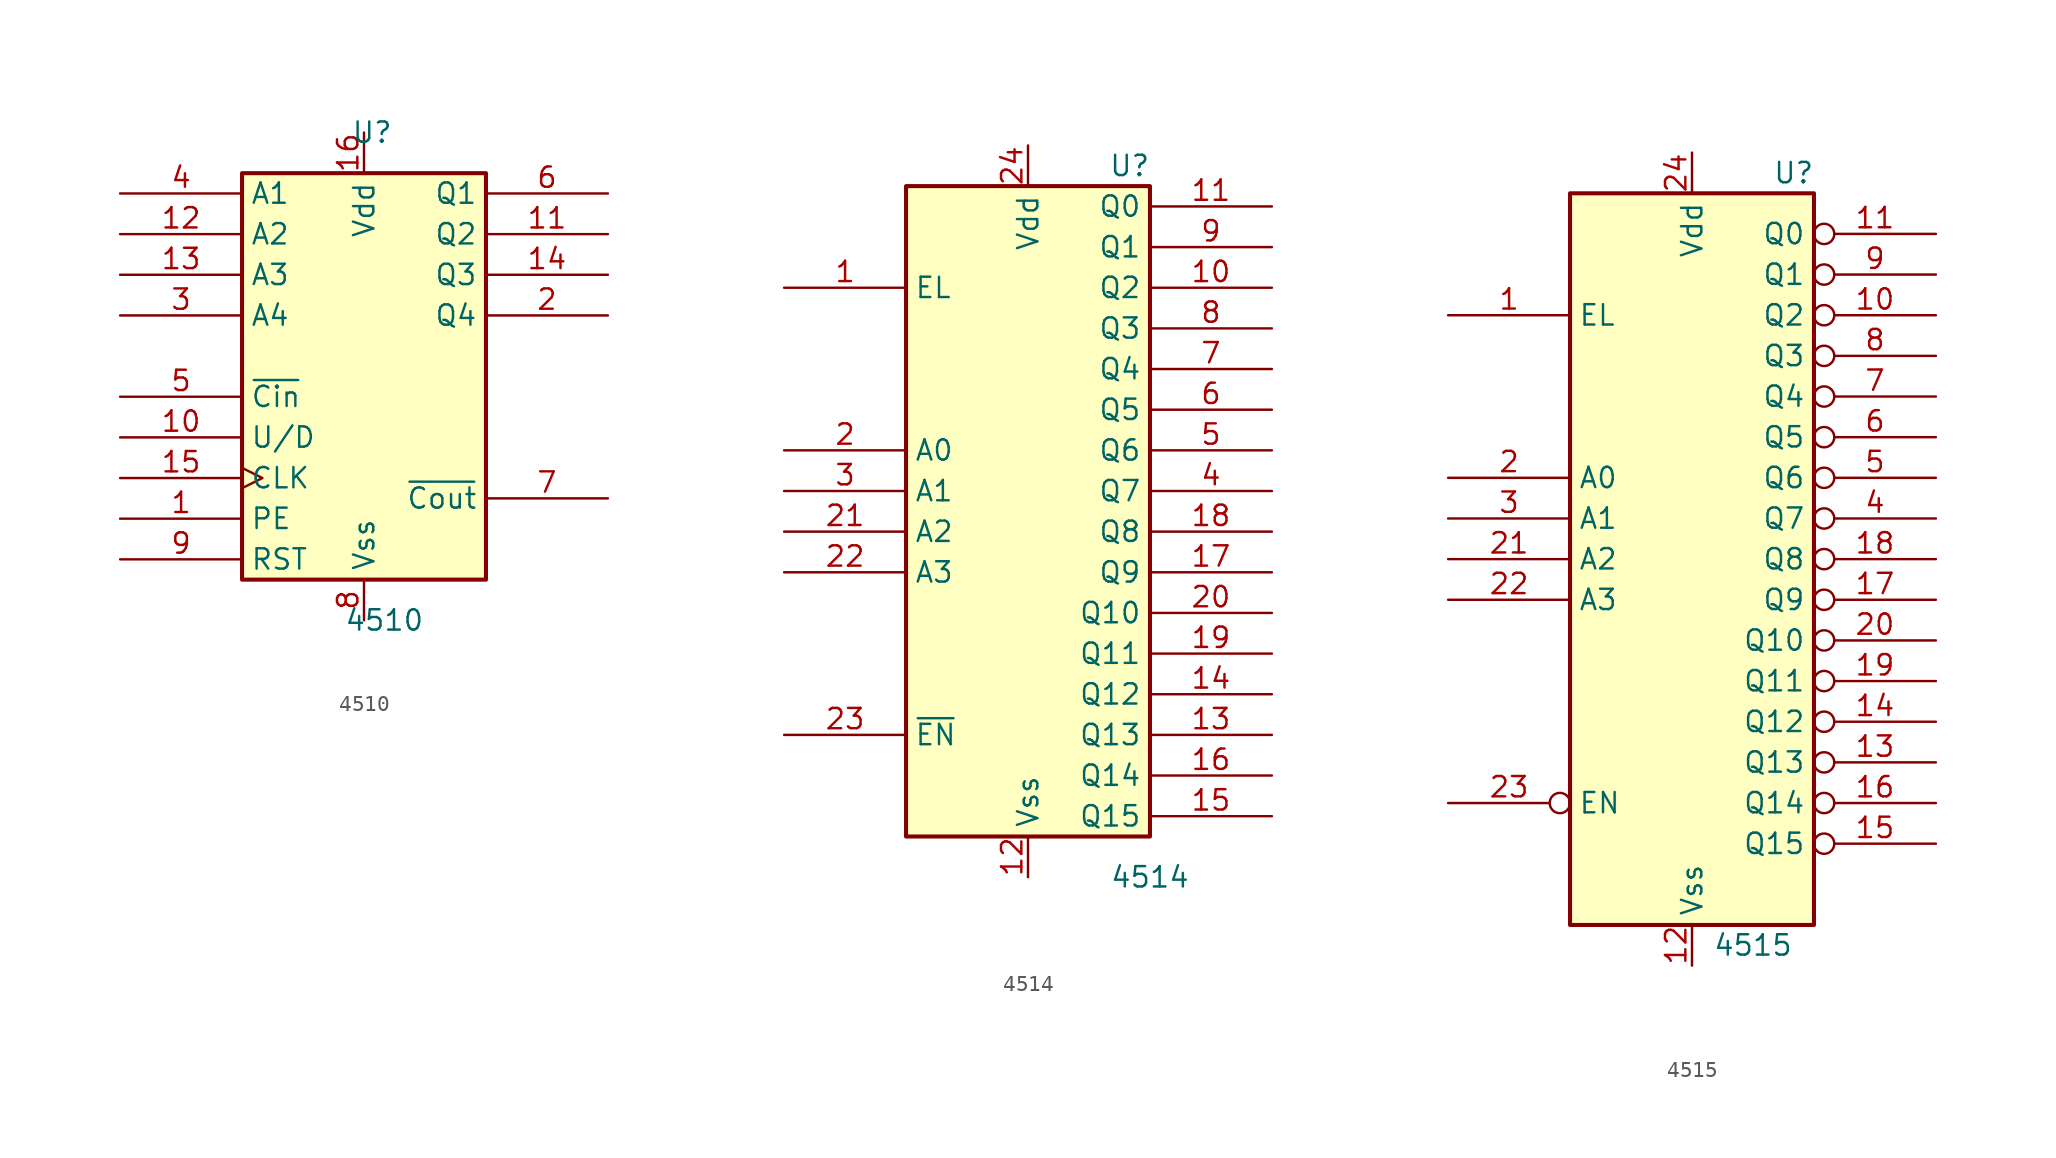
<source format=kicad_sym>
(kicad_symbol_lib
  (version 20231120)
  (generator "kicad_symbol_editor")
  (generator_version "8.0")
  (symbol "4510"
    (property "Reference" "U"
      (at 0.508 15.24 0)
      (effects (font (size 1.27 1.27))))
    (property "Value" "4510"
      (at 1.27 -15.24 0)
      (effects (font (size 1.27 1.27))))
    (symbol "4510_0_1"
      (rectangle (start -7.62 12.7) (end 7.62 -12.7) (stroke (width 0.254) (type default)) (fill (type background))))
    (symbol "4510_1_1"
      (pin input line (at -15.24 -8.89 0) (length 7.62) (name "PE" (effects (font (size 1.27 1.27)))) (number "1" (effects (font (size 1.27 1.27)))))
      (pin input line (at -15.24 -3.81 0) (length 7.62) (name "U/D" (effects (font (size 1.27 1.27)))) (number "10" (effects (font (size 1.27 1.27)))))
      (pin output line (at 15.24 8.89 180) (length 7.62) (name "Q2" (effects (font (size 1.27 1.27)))) (number "11" (effects (font (size 1.27 1.27)))))
      (pin input line (at -15.24 8.89 0) (length 7.62) (name "A2" (effects (font (size 1.27 1.27)))) (number "12" (effects (font (size 1.27 1.27)))))
      (pin input line (at -15.24 6.35 0) (length 7.62) (name "A3" (effects (font (size 1.27 1.27)))) (number "13" (effects (font (size 1.27 1.27)))))
      (pin output line (at 15.24 6.35 180) (length 7.62) (name "Q3" (effects (font (size 1.27 1.27)))) (number "14" (effects (font (size 1.27 1.27)))))
      (pin input clock (at -15.24 -6.35 0) (length 7.62) (name "CLK" (effects (font (size 1.27 1.27)))) (number "15" (effects (font (size 1.27 1.27)))))
      (pin power_in line (at 0 15.24 270) (length 2.54) (name "Vdd" (effects (font (size 1.27 1.27)))) (number "16" (effects (font (size 1.27 1.27)))))
      (pin output line (at 15.24 3.81 180) (length 7.62) (name "Q4" (effects (font (size 1.27 1.27)))) (number "2" (effects (font (size 1.27 1.27)))))
      (pin input line (at -15.24 3.81 0) (length 7.62) (name "A4" (effects (font (size 1.27 1.27)))) (number "3" (effects (font (size 1.27 1.27)))))
      (pin input line (at -15.24 11.43 0) (length 7.62) (name "A1" (effects (font (size 1.27 1.27)))) (number "4" (effects (font (size 1.27 1.27)))))
      (pin input line (at -15.24 -1.27 0) (length 7.62) (name "~{Cin}" (effects (font (size 1.27 1.27)))) (number "5" (effects (font (size 1.27 1.27)))))
      (pin output line (at 15.24 11.43 180) (length 7.62) (name "Q1" (effects (font (size 1.27 1.27)))) (number "6" (effects (font (size 1.27 1.27)))))
      (pin output line (at 15.24 -7.62 180) (length 7.62) (name "~{Cout}" (effects (font (size 1.27 1.27)))) (number "7" (effects (font (size 1.27 1.27)))))
      (pin power_in line (at 0 -15.24 90) (length 2.54) (name "Vss" (effects (font (size 1.27 1.27)))) (number "8" (effects (font (size 1.27 1.27)))))
      (pin input line (at -15.24 -11.43 0) (length 7.62) (name "RST" (effects (font (size 1.27 1.27)))) (number "9" (effects (font (size 1.27 1.27)))))))
  (symbol "4514"
    (property "Reference" "U"
      (at 6.35 21.59 0)
      (effects (font (size 1.27 1.27))))
    (property "Value" "4514"
      (at 7.62 -22.86 0)
      (effects (font (size 1.27 1.27))))
    (symbol "4514_0_1"
      (rectangle (start 7.62 20.32) (end -7.62 -20.32) (stroke (width 0.254) (type default)) (fill (type background))))
    (symbol "4514_1_1"
      (pin input line (at -15.24 13.97 0) (length 7.62) (name "EL" (effects (font (size 1.27 1.27)))) (number "1" (effects (font (size 1.27 1.27)))))
      (pin output line (at 15.24 13.97 180) (length 7.62) (name "Q2" (effects (font (size 1.27 1.27)))) (number "10" (effects (font (size 1.27 1.27)))))
      (pin output line (at 15.24 19.05 180) (length 7.62) (name "Q0" (effects (font (size 1.27 1.27)))) (number "11" (effects (font (size 1.27 1.27)))))
      (pin power_in line (at 0 -22.86 90) (length 2.54) (name "Vss" (effects (font (size 1.27 1.27)))) (number "12" (effects (font (size 1.27 1.27)))))
      (pin output line (at 15.24 -13.97 180) (length 7.62) (name "Q13" (effects (font (size 1.27 1.27)))) (number "13" (effects (font (size 1.27 1.27)))))
      (pin output line (at 15.24 -11.43 180) (length 7.62) (name "Q12" (effects (font (size 1.27 1.27)))) (number "14" (effects (font (size 1.27 1.27)))))
      (pin output line (at 15.24 -19.05 180) (length 7.62) (name "Q15" (effects (font (size 1.27 1.27)))) (number "15" (effects (font (size 1.27 1.27)))))
      (pin output line (at 15.24 -16.51 180) (length 7.62) (name "Q14" (effects (font (size 1.27 1.27)))) (number "16" (effects (font (size 1.27 1.27)))))
      (pin output line (at 15.24 -3.81 180) (length 7.62) (name "Q9" (effects (font (size 1.27 1.27)))) (number "17" (effects (font (size 1.27 1.27)))))
      (pin output line (at 15.24 -1.27 180) (length 7.62) (name "Q8" (effects (font (size 1.27 1.27)))) (number "18" (effects (font (size 1.27 1.27)))))
      (pin output line (at 15.24 -8.89 180) (length 7.62) (name "Q11" (effects (font (size 1.27 1.27)))) (number "19" (effects (font (size 1.27 1.27)))))
      (pin input line (at -15.24 3.81 0) (length 7.62) (name "A0" (effects (font (size 1.27 1.27)))) (number "2" (effects (font (size 1.27 1.27)))))
      (pin output line (at 15.24 -6.35 180) (length 7.62) (name "Q10" (effects (font (size 1.27 1.27)))) (number "20" (effects (font (size 1.27 1.27)))))
      (pin input line (at -15.24 -1.27 0) (length 7.62) (name "A2" (effects (font (size 1.27 1.27)))) (number "21" (effects (font (size 1.27 1.27)))))
      (pin input line (at -15.24 -3.81 0) (length 7.62) (name "A3" (effects (font (size 1.27 1.27)))) (number "22" (effects (font (size 1.27 1.27)))))
      (pin input line (at -15.24 -13.97 0) (length 7.62) (name "~{EN}" (effects (font (size 1.27 1.27)))) (number "23" (effects (font (size 1.27 1.27)))))
      (pin power_in line (at 0 22.86 270) (length 2.54) (name "Vdd" (effects (font (size 1.27 1.27)))) (number "24" (effects (font (size 1.27 1.27)))))
      (pin input line (at -15.24 1.27 0) (length 7.62) (name "A1" (effects (font (size 1.27 1.27)))) (number "3" (effects (font (size 1.27 1.27)))))
      (pin output line (at 15.24 1.27 180) (length 7.62) (name "Q7" (effects (font (size 1.27 1.27)))) (number "4" (effects (font (size 1.27 1.27)))))
      (pin output line (at 15.24 3.81 180) (length 7.62) (name "Q6" (effects (font (size 1.27 1.27)))) (number "5" (effects (font (size 1.27 1.27)))))
      (pin output line (at 15.24 6.35 180) (length 7.62) (name "Q5" (effects (font (size 1.27 1.27)))) (number "6" (effects (font (size 1.27 1.27)))))
      (pin output line (at 15.24 8.89 180) (length 7.62) (name "Q4" (effects (font (size 1.27 1.27)))) (number "7" (effects (font (size 1.27 1.27)))))
      (pin output line (at 15.24 11.43 180) (length 7.62) (name "Q3" (effects (font (size 1.27 1.27)))) (number "8" (effects (font (size 1.27 1.27)))))
      (pin output line (at 15.24 16.51 180) (length 7.62) (name "Q1" (effects (font (size 1.27 1.27)))) (number "9" (effects (font (size 1.27 1.27)))))))
  (symbol "4515"
    (property "Reference" "U"
      (at 6.35 24.13 0)
      (effects (font (size 1.27 1.27))))
    (property "Value" "4515"
      (at 3.81 -24.13 0)
      (effects (font (size 1.27 1.27))))
    (symbol "4515_0_1"
      (rectangle (start -7.62 22.86) (end 7.62 -22.86) (stroke (width 0.254) (type default)) (fill (type background))))
    (symbol "4515_1_1"
      (pin input line (at -15.24 15.24 0) (length 7.62) (name "EL" (effects (font (size 1.27 1.27)))) (number "1" (effects (font (size 1.27 1.27)))))
      (pin output inverted (at 15.24 15.24 180) (length 7.62) (name "Q2" (effects (font (size 1.27 1.27)))) (number "10" (effects (font (size 1.27 1.27)))))
      (pin output inverted (at 15.24 20.32 180) (length 7.62) (name "Q0" (effects (font (size 1.27 1.27)))) (number "11" (effects (font (size 1.27 1.27)))))
      (pin power_in line (at 0 -25.4 90) (length 2.54) (name "Vss" (effects (font (size 1.27 1.27)))) (number "12" (effects (font (size 1.27 1.27)))))
      (pin output inverted (at 15.24 -12.7 180) (length 7.62) (name "Q13" (effects (font (size 1.27 1.27)))) (number "13" (effects (font (size 1.27 1.27)))))
      (pin output inverted (at 15.24 -10.16 180) (length 7.62) (name "Q12" (effects (font (size 1.27 1.27)))) (number "14" (effects (font (size 1.27 1.27)))))
      (pin output inverted (at 15.24 -17.78 180) (length 7.62) (name "Q15" (effects (font (size 1.27 1.27)))) (number "15" (effects (font (size 1.27 1.27)))))
      (pin output inverted (at 15.24 -15.24 180) (length 7.62) (name "Q14" (effects (font (size 1.27 1.27)))) (number "16" (effects (font (size 1.27 1.27)))))
      (pin output inverted (at 15.24 -2.54 180) (length 7.62) (name "Q9" (effects (font (size 1.27 1.27)))) (number "17" (effects (font (size 1.27 1.27)))))
      (pin output inverted (at 15.24 0 180) (length 7.62) (name "Q8" (effects (font (size 1.27 1.27)))) (number "18" (effects (font (size 1.27 1.27)))))
      (pin output inverted (at 15.24 -7.62 180) (length 7.62) (name "Q11" (effects (font (size 1.27 1.27)))) (number "19" (effects (font (size 1.27 1.27)))))
      (pin input line (at -15.24 5.08 0) (length 7.62) (name "A0" (effects (font (size 1.27 1.27)))) (number "2" (effects (font (size 1.27 1.27)))))
      (pin output inverted (at 15.24 -5.08 180) (length 7.62) (name "Q10" (effects (font (size 1.27 1.27)))) (number "20" (effects (font (size 1.27 1.27)))))
      (pin input line (at -15.24 0 0) (length 7.62) (name "A2" (effects (font (size 1.27 1.27)))) (number "21" (effects (font (size 1.27 1.27)))))
      (pin input line (at -15.24 -2.54 0) (length 7.62) (name "A3" (effects (font (size 1.27 1.27)))) (number "22" (effects (font (size 1.27 1.27)))))
      (pin input inverted (at -15.24 -15.24 0) (length 7.62) (name "EN" (effects (font (size 1.27 1.27)))) (number "23" (effects (font (size 1.27 1.27)))))
      (pin power_in line (at 0 25.4 270) (length 2.54) (name "Vdd" (effects (font (size 1.27 1.27)))) (number "24" (effects (font (size 1.27 1.27)))))
      (pin input line (at -15.24 2.54 0) (length 7.62) (name "A1" (effects (font (size 1.27 1.27)))) (number "3" (effects (font (size 1.27 1.27)))))
      (pin output inverted (at 15.24 2.54 180) (length 7.62) (name "Q7" (effects (font (size 1.27 1.27)))) (number "4" (effects (font (size 1.27 1.27)))))
      (pin output inverted (at 15.24 5.08 180) (length 7.62) (name "Q6" (effects (font (size 1.27 1.27)))) (number "5" (effects (font (size 1.27 1.27)))))
      (pin output inverted (at 15.24 7.62 180) (length 7.62) (name "Q5" (effects (font (size 1.27 1.27)))) (number "6" (effects (font (size 1.27 1.27)))))
      (pin output inverted (at 15.24 10.16 180) (length 7.62) (name "Q4" (effects (font (size 1.27 1.27)))) (number "7" (effects (font (size 1.27 1.27)))))
      (pin output inverted (at 15.24 12.7 180) (length 7.62) (name "Q3" (effects (font (size 1.27 1.27)))) (number "8" (effects (font (size 1.27 1.27)))))
      (pin output inverted (at 15.24 17.78 180) (length 7.62) (name "Q1" (effects (font (size 1.27 1.27)))) (number "9" (effects (font (size 1.27 1.27))))))))
</source>
